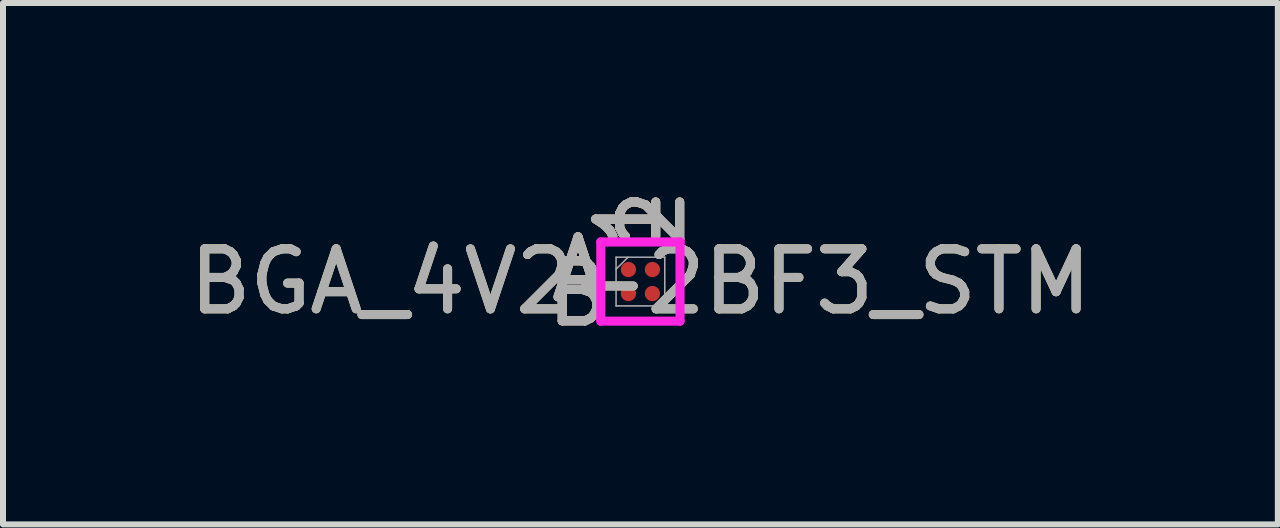
<source format=kicad_pcb>
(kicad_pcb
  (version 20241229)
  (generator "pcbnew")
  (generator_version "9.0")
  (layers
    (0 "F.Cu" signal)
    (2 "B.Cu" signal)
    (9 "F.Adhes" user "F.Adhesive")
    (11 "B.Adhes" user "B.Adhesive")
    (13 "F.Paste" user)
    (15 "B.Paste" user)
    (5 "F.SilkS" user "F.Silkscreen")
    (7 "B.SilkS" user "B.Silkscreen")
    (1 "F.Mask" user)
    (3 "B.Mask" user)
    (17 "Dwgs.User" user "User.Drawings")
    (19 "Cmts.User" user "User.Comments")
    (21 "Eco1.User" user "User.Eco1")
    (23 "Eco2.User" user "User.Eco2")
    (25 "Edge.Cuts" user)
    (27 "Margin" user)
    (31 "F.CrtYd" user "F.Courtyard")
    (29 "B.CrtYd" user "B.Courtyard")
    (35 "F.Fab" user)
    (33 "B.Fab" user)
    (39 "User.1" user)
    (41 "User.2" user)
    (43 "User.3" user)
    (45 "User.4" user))
  (footprint "BGA_4V2-2BF3_STM"
    (layer "F.Cu")
    (at 7.625 1.643)
    (property "Reference" "BGA_4V2-2BF3_STM" (at 0 0 0) (unlocked yes) (layer "F.SilkS") (effects (font (size 1 1) (thickness 0.15))))
    (attr smd)
    (fp_poly (pts (xy -0.845 -0.845) (xy 0.845 -0.845) (xy 0.845 0.845) (xy -0.845 0.845)) (stroke (width 0.1) (type solid)) (fill no) (layer "Eco2.User"))
    (fp_line (start -0.66 -0.66) (end 0.66 -0.66) (stroke (width 0.152) (type solid)) (layer "F.CrtYd"))
    (fp_line (start -0.66 0.66) (end -0.66 -0.66) (stroke (width 0.152) (type solid)) (layer "F.CrtYd"))
    (fp_line (start 0.66 -0.66) (end 0.66 0.66) (stroke (width 0.152) (type solid)) (layer "F.CrtYd"))
    (fp_line (start 0.66 0.66) (end -0.66 0.66) (stroke (width 0.152) (type solid)) (layer "F.CrtYd"))
    (fp_line (start -0.406 -0.406) (end -0.406 0.406) (stroke (width 0.025) (type solid)) (layer "F.Fab"))
    (fp_line (start -0.406 0.406) (end 0.406 0.406) (stroke (width 0.025) (type solid)) (layer "F.Fab"))
    (fp_line (start -0.206 -0.406) (end -0.406 -0.206) (stroke (width 0.025) (type solid)) (layer "F.Fab"))
    (fp_line (start 0.406 -0.406) (end -0.406 -0.406) (stroke (width 0.025) (type solid)) (layer "F.Fab"))
    (fp_line (start 0.406 0.406) (end 0.406 -0.406) (stroke (width 0.025) (type solid)) (layer "F.Fab"))
    (fp_text user "2" (at 0.2 -1.041 90) (unlocked yes) (layer "F.SilkS") (effects (font (size 1 1) (thickness 0.15))))
    (fp_text user "1" (at -0.2 -1.041 90) (unlocked yes) (layer "F.SilkS") (effects (font (size 1 1) (thickness 0.15))))
    (fp_text user "B" (at -1.041 0.2 0) (unlocked yes) (layer "F.SilkS") (effects (font (size 1 1) (thickness 0.15))))
    (fp_text user "A" (at -1.041 -0.2 0) (unlocked yes) (layer "F.SilkS") (effects (font (size 1 1) (thickness 0.15))))
    (fp_text user "A" (at -1.041 -0.2 0) (unlocked yes) (layer "B.SilkS") (effects (font (size 1 1) (thickness 0.15))))
    (fp_text user "1" (at -0.2 -1.041 90) (unlocked yes) (layer "B.SilkS") (effects (font (size 1 1) (thickness 0.15))))
    (fp_text user "2" (at 0.2 -1.041 90) (unlocked yes) (layer "B.SilkS") (effects (font (size 1 1) (thickness 0.15))))
    (fp_text user "B" (at -1.041 0.2 0) (unlocked yes) (layer "B.SilkS") (effects (font (size 1 1) (thickness 0.15))))
    (fp_text user "B" (at -1.041 0.2 0) (unlocked yes) (layer "F.Fab") (effects (font (size 1 1) (thickness 0.15))))
    (fp_text user "${REFERENCE}" (at 0 0 0) (unlocked yes) (layer "F.Fab") (effects (font (size 1 1) (thickness 0.15))))
    (fp_text user "A" (at -1.041 -0.2 0) (unlocked yes) (layer "F.Fab") (effects (font (size 1 1) (thickness 0.15))))
    (fp_text user "1" (at -0.2 -1.041 90) (unlocked yes) (layer "F.Fab") (effects (font (size 1 1) (thickness 0.15))))
    (fp_text user "2" (at 0.2 -1.041 90) (unlocked yes) (layer "F.Fab") (effects (font (size 1 1) (thickness 0.15))))
    (pad "A1" smd circle (at -0.2 -0.2) (size 0.254 0.254) (layers "F.Cu" "F.Mask" "F.Paste"))
    (pad "A2" smd circle (at 0.2 -0.2) (size 0.254 0.254) (layers "F.Cu" "F.Mask" "F.Paste"))
    (pad "B1" smd circle (at -0.2 0.2) (size 0.254 0.254) (layers "F.Cu" "F.Mask" "F.Paste"))
    (pad "B2" smd circle (at 0.2 0.2) (size 0.254 0.254) (layers "F.Cu" "F.Mask" "F.Paste")))
  (gr_rect
    (start -3 -3)
    (end 18.25 5.691)
    (stroke (width 0.1) (type default))
    (fill no)
    (layer "Edge.Cuts")))
</source>
